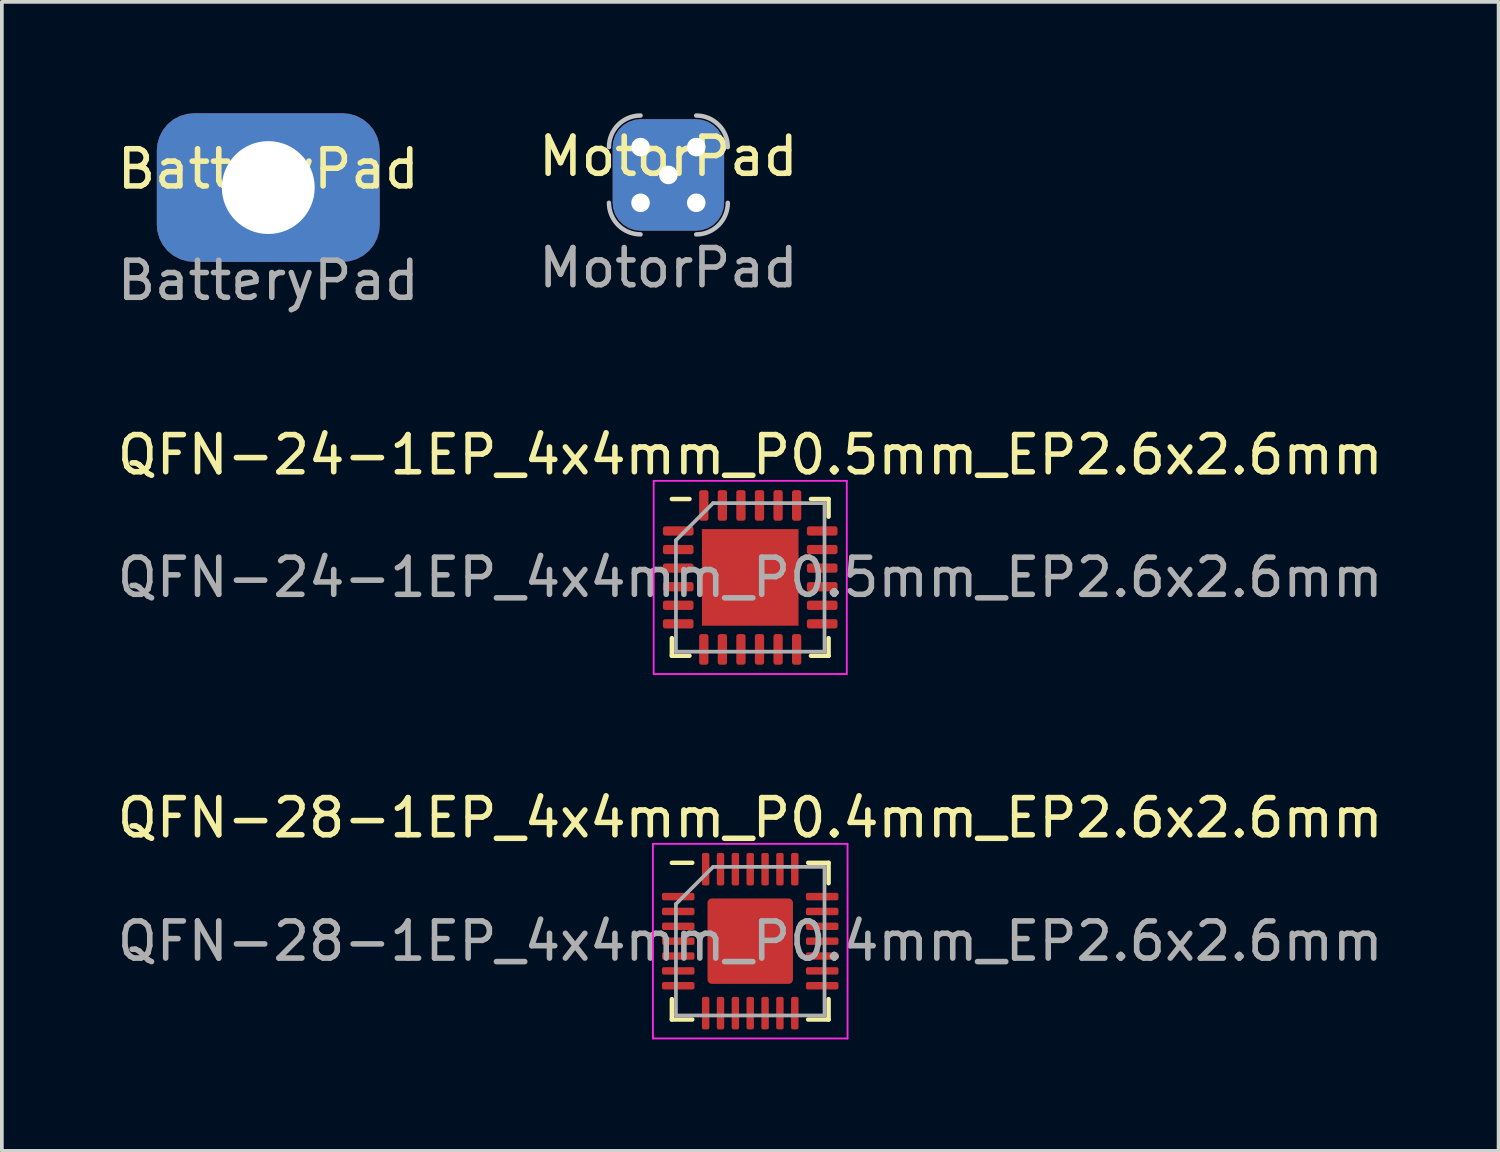
<source format=kicad_pcb>
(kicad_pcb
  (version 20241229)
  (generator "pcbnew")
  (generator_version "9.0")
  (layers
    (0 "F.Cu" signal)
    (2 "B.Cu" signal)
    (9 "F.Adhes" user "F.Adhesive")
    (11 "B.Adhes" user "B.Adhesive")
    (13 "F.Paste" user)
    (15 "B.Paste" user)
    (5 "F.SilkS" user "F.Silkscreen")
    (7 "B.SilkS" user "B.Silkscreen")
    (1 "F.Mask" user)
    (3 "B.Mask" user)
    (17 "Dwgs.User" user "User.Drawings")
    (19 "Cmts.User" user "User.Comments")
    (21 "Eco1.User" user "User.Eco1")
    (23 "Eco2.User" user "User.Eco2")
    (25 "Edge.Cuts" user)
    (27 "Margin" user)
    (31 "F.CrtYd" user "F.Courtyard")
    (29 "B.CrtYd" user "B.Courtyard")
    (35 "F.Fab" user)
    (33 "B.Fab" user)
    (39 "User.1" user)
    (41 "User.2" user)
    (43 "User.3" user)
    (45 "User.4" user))
  (footprint "QFN-24-1EP_4x4mm_P0.5mm_EP2.6x2.6mm"
    (layer "F.Cu")
    (at 17.149 12.496)
    (property "Reference" "QFN-24-1EP_4x4mm_P0.5mm_EP2.6x2.6mm" (at 0 -3.3 0) (layer "F.SilkS") (effects (font (size 1 1) (thickness 0.15))))
    (attr smd)
    (fp_line (start -2.11 2.11) (end -2.11 1.635) (stroke (width 0.12) (type solid)) (layer "F.SilkS"))
    (fp_line (start -1.635 -2.11) (end -2.11 -2.11) (stroke (width 0.12) (type solid)) (layer "F.SilkS"))
    (fp_line (start -1.635 2.11) (end -2.11 2.11) (stroke (width 0.12) (type solid)) (layer "F.SilkS"))
    (fp_line (start 1.635 -2.11) (end 2.11 -2.11) (stroke (width 0.12) (type solid)) (layer "F.SilkS"))
    (fp_line (start 1.635 2.11) (end 2.11 2.11) (stroke (width 0.12) (type solid)) (layer "F.SilkS"))
    (fp_line (start 2.11 -2.11) (end 2.11 -1.635) (stroke (width 0.12) (type solid)) (layer "F.SilkS"))
    (fp_line (start 2.11 2.11) (end 2.11 1.635) (stroke (width 0.12) (type solid)) (layer "F.SilkS"))
    (fp_line (start -2.6 -2.6) (end -2.6 2.6) (stroke (width 0.05) (type solid)) (layer "F.CrtYd"))
    (fp_line (start -2.6 2.6) (end 2.6 2.6) (stroke (width 0.05) (type solid)) (layer "F.CrtYd"))
    (fp_line (start 2.6 -2.6) (end -2.6 -2.6) (stroke (width 0.05) (type solid)) (layer "F.CrtYd"))
    (fp_line (start 2.6 2.6) (end 2.6 -2.6) (stroke (width 0.05) (type solid)) (layer "F.CrtYd"))
    (fp_line (start -2 -1) (end -1 -2) (stroke (width 0.1) (type solid)) (layer "F.Fab"))
    (fp_line (start -2 2) (end -2 -1) (stroke (width 0.1) (type solid)) (layer "F.Fab"))
    (fp_line (start -1 -2) (end 2 -2) (stroke (width 0.1) (type solid)) (layer "F.Fab"))
    (fp_line (start 2 -2) (end 2 2) (stroke (width 0.1) (type solid)) (layer "F.Fab"))
    (fp_line (start 2 2) (end -2 2) (stroke (width 0.1) (type solid)) (layer "F.Fab"))
    (fp_text user "${REFERENCE}" (at 0 0 0) (layer "F.Fab") (effects (font (size 1 1) (thickness 0.15))))
    (pad "" smd roundrect (at -0.65 -0.65) (size 1.05 1.05) (layers "F.Paste") (roundrect_rratio 0.238))
    (pad "" smd roundrect (at -0.65 0.65) (size 1.05 1.05) (layers "F.Paste") (roundrect_rratio 0.238))
    (pad "" smd roundrect (at 0.65 -0.65) (size 1.05 1.05) (layers "F.Paste") (roundrect_rratio 0.238))
    (pad "" smd roundrect (at 0.65 0.65) (size 1.05 1.05) (layers "F.Paste") (roundrect_rratio 0.238))
    (pad "1" smd roundrect (at -1.938 -1.25) (size 0.825 0.25) (layers "F.Cu" "F.Mask" "F.Paste") (roundrect_rratio 0.25))
    (pad "2" smd roundrect (at -1.938 -0.75) (size 0.825 0.25) (layers "F.Cu" "F.Mask" "F.Paste") (roundrect_rratio 0.25))
    (pad "3" smd roundrect (at -1.938 -0.25) (size 0.825 0.25) (layers "F.Cu" "F.Mask" "F.Paste") (roundrect_rratio 0.25))
    (pad "4" smd roundrect (at -1.938 0.25) (size 0.825 0.25) (layers "F.Cu" "F.Mask" "F.Paste") (roundrect_rratio 0.25))
    (pad "5" smd roundrect (at -1.938 0.75) (size 0.825 0.25) (layers "F.Cu" "F.Mask" "F.Paste") (roundrect_rratio 0.25))
    (pad "6" smd roundrect (at -1.938 1.25) (size 0.825 0.25) (layers "F.Cu" "F.Mask" "F.Paste") (roundrect_rratio 0.25))
    (pad "7" smd roundrect (at -1.25 1.938) (size 0.25 0.825) (layers "F.Cu" "F.Mask" "F.Paste") (roundrect_rratio 0.25))
    (pad "8" smd roundrect (at -0.75 1.938) (size 0.25 0.825) (layers "F.Cu" "F.Mask" "F.Paste") (roundrect_rratio 0.25))
    (pad "9" smd roundrect (at -0.25 1.938) (size 0.25 0.825) (layers "F.Cu" "F.Mask" "F.Paste") (roundrect_rratio 0.25))
    (pad "10" smd roundrect (at 0.25 1.938) (size 0.25 0.825) (layers "F.Cu" "F.Mask" "F.Paste") (roundrect_rratio 0.25))
    (pad "11" smd roundrect (at 0.75 1.938) (size 0.25 0.825) (layers "F.Cu" "F.Mask" "F.Paste") (roundrect_rratio 0.25))
    (pad "12" smd roundrect (at 1.25 1.938) (size 0.25 0.825) (layers "F.Cu" "F.Mask" "F.Paste") (roundrect_rratio 0.25))
    (pad "13" smd roundrect (at 1.938 1.25) (size 0.825 0.25) (layers "F.Cu" "F.Mask" "F.Paste") (roundrect_rratio 0.25))
    (pad "14" smd roundrect (at 1.938 0.75) (size 0.825 0.25) (layers "F.Cu" "F.Mask" "F.Paste") (roundrect_rratio 0.25))
    (pad "15" smd roundrect (at 1.938 0.25) (size 0.825 0.25) (layers "F.Cu" "F.Mask" "F.Paste") (roundrect_rratio 0.25))
    (pad "16" smd roundrect (at 1.938 -0.25) (size 0.825 0.25) (layers "F.Cu" "F.Mask" "F.Paste") (roundrect_rratio 0.25))
    (pad "17" smd roundrect (at 1.938 -0.75) (size 0.825 0.25) (layers "F.Cu" "F.Mask" "F.Paste") (roundrect_rratio 0.25))
    (pad "18" smd roundrect (at 1.938 -1.25) (size 0.825 0.25) (layers "F.Cu" "F.Mask" "F.Paste") (roundrect_rratio 0.25))
    (pad "19" smd roundrect (at 1.25 -1.938) (size 0.25 0.825) (layers "F.Cu" "F.Mask" "F.Paste") (roundrect_rratio 0.25))
    (pad "20" smd roundrect (at 0.75 -1.938) (size 0.25 0.825) (layers "F.Cu" "F.Mask" "F.Paste") (roundrect_rratio 0.25))
    (pad "21" smd roundrect (at 0.25 -1.938) (size 0.25 0.825) (layers "F.Cu" "F.Mask" "F.Paste") (roundrect_rratio 0.25))
    (pad "22" smd roundrect (at -0.25 -1.938) (size 0.25 0.825) (layers "F.Cu" "F.Mask" "F.Paste") (roundrect_rratio 0.25))
    (pad "23" smd roundrect (at -0.75 -1.938) (size 0.25 0.825) (layers "F.Cu" "F.Mask" "F.Paste") (roundrect_rratio 0.25))
    (pad "24" smd roundrect (at -1.25 -1.938) (size 0.25 0.825) (layers "F.Cu" "F.Mask" "F.Paste") (roundrect_rratio 0.25))
    (pad "25" smd rect (at 0 0) (size 2.6 2.6) (layers "F.Cu" "F.Mask")))
  (footprint "QFN-28-1EP_4x4mm_P0.4mm_EP2.6x2.6mm"
    (layer "F.Cu")
    (at 17.149 22.29)
    (property "Reference" "QFN-28-1EP_4x4mm_P0.4mm_EP2.6x2.6mm" (at 0 -3.32 0) (layer "F.SilkS") (effects (font (size 1 1) (thickness 0.15))))
    (attr smd)
    (fp_line (start -2.11 2.11) (end -2.11 1.56) (stroke (width 0.12) (type solid)) (layer "F.SilkS"))
    (fp_line (start -1.56 -2.11) (end -2.11 -2.11) (stroke (width 0.12) (type solid)) (layer "F.SilkS"))
    (fp_line (start -1.56 2.11) (end -2.11 2.11) (stroke (width 0.12) (type solid)) (layer "F.SilkS"))
    (fp_line (start 1.56 -2.11) (end 2.11 -2.11) (stroke (width 0.12) (type solid)) (layer "F.SilkS"))
    (fp_line (start 1.56 2.11) (end 2.11 2.11) (stroke (width 0.12) (type solid)) (layer "F.SilkS"))
    (fp_line (start 2.11 -2.11) (end 2.11 -1.56) (stroke (width 0.12) (type solid)) (layer "F.SilkS"))
    (fp_line (start 2.11 2.11) (end 2.11 1.56) (stroke (width 0.12) (type solid)) (layer "F.SilkS"))
    (fp_line (start -2.62 -2.62) (end -2.62 2.62) (stroke (width 0.05) (type solid)) (layer "F.CrtYd"))
    (fp_line (start -2.62 2.62) (end 2.62 2.62) (stroke (width 0.05) (type solid)) (layer "F.CrtYd"))
    (fp_line (start 2.62 -2.62) (end -2.62 -2.62) (stroke (width 0.05) (type solid)) (layer "F.CrtYd"))
    (fp_line (start 2.62 2.62) (end 2.62 -2.62) (stroke (width 0.05) (type solid)) (layer "F.CrtYd"))
    (fp_line (start -2 -1) (end -1 -2) (stroke (width 0.1) (type solid)) (layer "F.Fab"))
    (fp_line (start -2 2) (end -2 -1) (stroke (width 0.1) (type solid)) (layer "F.Fab"))
    (fp_line (start -1 -2) (end 2 -2) (stroke (width 0.1) (type solid)) (layer "F.Fab"))
    (fp_line (start 2 -2) (end 2 2) (stroke (width 0.1) (type solid)) (layer "F.Fab"))
    (fp_line (start 2 2) (end -2 2) (stroke (width 0.1) (type solid)) (layer "F.Fab"))
    (fp_text user "${REFERENCE}" (at 0 0 0) (layer "F.Fab") (effects (font (size 1 1) (thickness 0.15))))
    (pad "" smd roundrect (at -0.65 -0.65) (size 0.8 0.8) (layers "F.Paste") (roundrect_rratio 0.238))
    (pad "" smd roundrect (at -0.65 0.65) (size 0.8 0.8) (layers "F.Paste") (roundrect_rratio 0.238))
    (pad "" smd roundrect (at 0.65 -0.65) (size 0.8 0.8) (layers "F.Paste") (roundrect_rratio 0.238))
    (pad "" smd roundrect (at 0.65 0.65) (size 0.8 0.8) (layers "F.Paste") (roundrect_rratio 0.238))
    (pad "1" smd roundrect (at -1.938 -1.2) (size 0.875 0.2) (layers "F.Cu" "F.Mask" "F.Paste") (roundrect_rratio 0.25))
    (pad "2" smd roundrect (at -1.938 -0.8) (size 0.875 0.2) (layers "F.Cu" "F.Mask" "F.Paste") (roundrect_rratio 0.25))
    (pad "3" smd roundrect (at -1.938 -0.4) (size 0.875 0.2) (layers "F.Cu" "F.Mask" "F.Paste") (roundrect_rratio 0.25))
    (pad "4" smd roundrect (at -1.938 0) (size 0.875 0.2) (layers "F.Cu" "F.Mask" "F.Paste") (roundrect_rratio 0.25))
    (pad "5" smd roundrect (at -1.938 0.4) (size 0.875 0.2) (layers "F.Cu" "F.Mask" "F.Paste") (roundrect_rratio 0.25))
    (pad "6" smd roundrect (at -1.938 0.8) (size 0.875 0.2) (layers "F.Cu" "F.Mask" "F.Paste") (roundrect_rratio 0.25))
    (pad "7" smd roundrect (at -1.938 1.2) (size 0.875 0.2) (layers "F.Cu" "F.Mask" "F.Paste") (roundrect_rratio 0.25))
    (pad "8" smd roundrect (at -1.2 1.938) (size 0.2 0.875) (layers "F.Cu" "F.Mask" "F.Paste") (roundrect_rratio 0.25))
    (pad "9" smd roundrect (at -0.8 1.938) (size 0.2 0.875) (layers "F.Cu" "F.Mask" "F.Paste") (roundrect_rratio 0.25))
    (pad "10" smd roundrect (at -0.4 1.938) (size 0.2 0.875) (layers "F.Cu" "F.Mask" "F.Paste") (roundrect_rratio 0.25))
    (pad "11" smd roundrect (at 0 1.938) (size 0.2 0.875) (layers "F.Cu" "F.Mask" "F.Paste") (roundrect_rratio 0.25))
    (pad "12" smd roundrect (at 0.4 1.938) (size 0.2 0.875) (layers "F.Cu" "F.Mask" "F.Paste") (roundrect_rratio 0.25))
    (pad "13" smd roundrect (at 0.8 1.938) (size 0.2 0.875) (layers "F.Cu" "F.Mask" "F.Paste") (roundrect_rratio 0.25))
    (pad "14" smd roundrect (at 1.2 1.938) (size 0.2 0.875) (layers "F.Cu" "F.Mask" "F.Paste") (roundrect_rratio 0.25))
    (pad "15" smd roundrect (at 1.938 1.2) (size 0.875 0.2) (layers "F.Cu" "F.Mask" "F.Paste") (roundrect_rratio 0.25))
    (pad "16" smd roundrect (at 1.938 0.8) (size 0.875 0.2) (layers "F.Cu" "F.Mask" "F.Paste") (roundrect_rratio 0.25))
    (pad "17" smd roundrect (at 1.938 0.4) (size 0.875 0.2) (layers "F.Cu" "F.Mask" "F.Paste") (roundrect_rratio 0.25))
    (pad "18" smd roundrect (at 1.938 0) (size 0.875 0.2) (layers "F.Cu" "F.Mask" "F.Paste") (roundrect_rratio 0.25))
    (pad "19" smd roundrect (at 1.938 -0.4) (size 0.875 0.2) (layers "F.Cu" "F.Mask" "F.Paste") (roundrect_rratio 0.25))
    (pad "20" smd roundrect (at 1.938 -0.8) (size 0.875 0.2) (layers "F.Cu" "F.Mask" "F.Paste") (roundrect_rratio 0.25))
    (pad "21" smd roundrect (at 1.938 -1.2) (size 0.875 0.2) (layers "F.Cu" "F.Mask" "F.Paste") (roundrect_rratio 0.25))
    (pad "22" smd roundrect (at 1.2 -1.938) (size 0.2 0.875) (layers "F.Cu" "F.Mask" "F.Paste") (roundrect_rratio 0.25))
    (pad "23" smd roundrect (at 0.8 -1.938) (size 0.2 0.875) (layers "F.Cu" "F.Mask" "F.Paste") (roundrect_rratio 0.25))
    (pad "24" smd roundrect (at 0.4 -1.938) (size 0.2 0.875) (layers "F.Cu" "F.Mask" "F.Paste") (roundrect_rratio 0.25))
    (pad "25" smd roundrect (at 0 -1.938) (size 0.2 0.875) (layers "F.Cu" "F.Mask" "F.Paste") (roundrect_rratio 0.25))
    (pad "26" smd roundrect (at -0.4 -1.938) (size 0.2 0.875) (layers "F.Cu" "F.Mask" "F.Paste") (roundrect_rratio 0.25))
    (pad "27" smd roundrect (at -0.8 -1.938) (size 0.2 0.875) (layers "F.Cu" "F.Mask" "F.Paste") (roundrect_rratio 0.25))
    (pad "28" smd roundrect (at -1.2 -1.938) (size 0.2 0.875) (layers "F.Cu" "F.Mask" "F.Paste") (roundrect_rratio 0.25))
    (pad "29" smd roundrect (at 0 0) (size 2.3 2.3) (layers "F.Cu" "F.Mask") (roundrect_rratio 0.05)))
  (footprint "MotorPad"
    (layer "F.Cu")
    (at 14.946 1.66)
    (property "Reference" "MotorPad" (at 0 -0.5 0) (unlocked yes) (layer "F.SilkS") (effects (font (size 1 1) (thickness 0.15))))
    (attr smd)
    (fp_arc (start -1.6 -0.75) (mid -1.351041 -1.351041) (end -0.75 -1.6) (stroke (width 0.12) (type default)) (layer "Dwgs.User"))
    (fp_arc (start -0.75 1.6) (mid -1.351041 1.351041) (end -1.6 0.75) (stroke (width 0.12) (type default)) (layer "Dwgs.User"))
    (fp_arc (start 0.748958 -1.598959) (mid 1.35 -1.35) (end 1.598958 -0.748959) (stroke (width 0.12) (type default)) (layer "Dwgs.User"))
    (fp_arc (start 1.598958 0.751041) (mid 1.349999 1.352082) (end 0.748958 1.601041) (stroke (width 0.12) (type default)) (layer "Dwgs.User"))
    (fp_text user "${REFERENCE}" (at 0 2.5 0) (unlocked yes) (layer "F.Fab") (effects (font (size 1 1) (thickness 0.15))))
    (pad "1" thru_hole circle (at -0.75 -0.75) (size 1 1) (drill 0.5) (layers "*.Cu" "*.Mask"))
    (pad "1" thru_hole circle (at -0.75 0.75) (size 1 1) (drill 0.5) (layers "*.Cu" "*.Mask"))
    (pad "1" thru_hole roundrect (at 0 0) (size 3 3) (drill 0.5) (layers "*.Cu" "*.Mask") (roundrect_rratio 0.25))
    (pad "1" thru_hole circle (at 0.75 -0.75) (size 1 1) (drill 0.5) (layers "*.Cu" "*.Mask"))
    (pad "1" thru_hole circle (at 0.75 0.75) (size 1 1) (drill 0.5) (layers "*.Cu" "*.Mask")))
  (footprint "BatteryPad"
    (layer "F.Cu")
    (at 4.173 2)
    (property "Reference" "BatteryPad" (at 0 -0.5 0) (unlocked yes) (layer "F.SilkS") (effects (font (size 1 1) (thickness 0.15))))
    (attr smd)
    (fp_text user "${REFERENCE}" (at 0 2.5 0) (unlocked yes) (layer "F.Fab") (effects (font (size 1 1) (thickness 0.15))))
    (pad "1" thru_hole roundrect (at 0 0) (size 6 4) (drill 2.5) (layers "*.Cu" "*.Mask") (roundrect_rratio 0.25)))
  (gr_rect
    (start -3 -3)
    (end 37.298 27.935)
    (stroke (width 0.1) (type default))
    (fill no)
    (layer "Edge.Cuts")))
</source>
